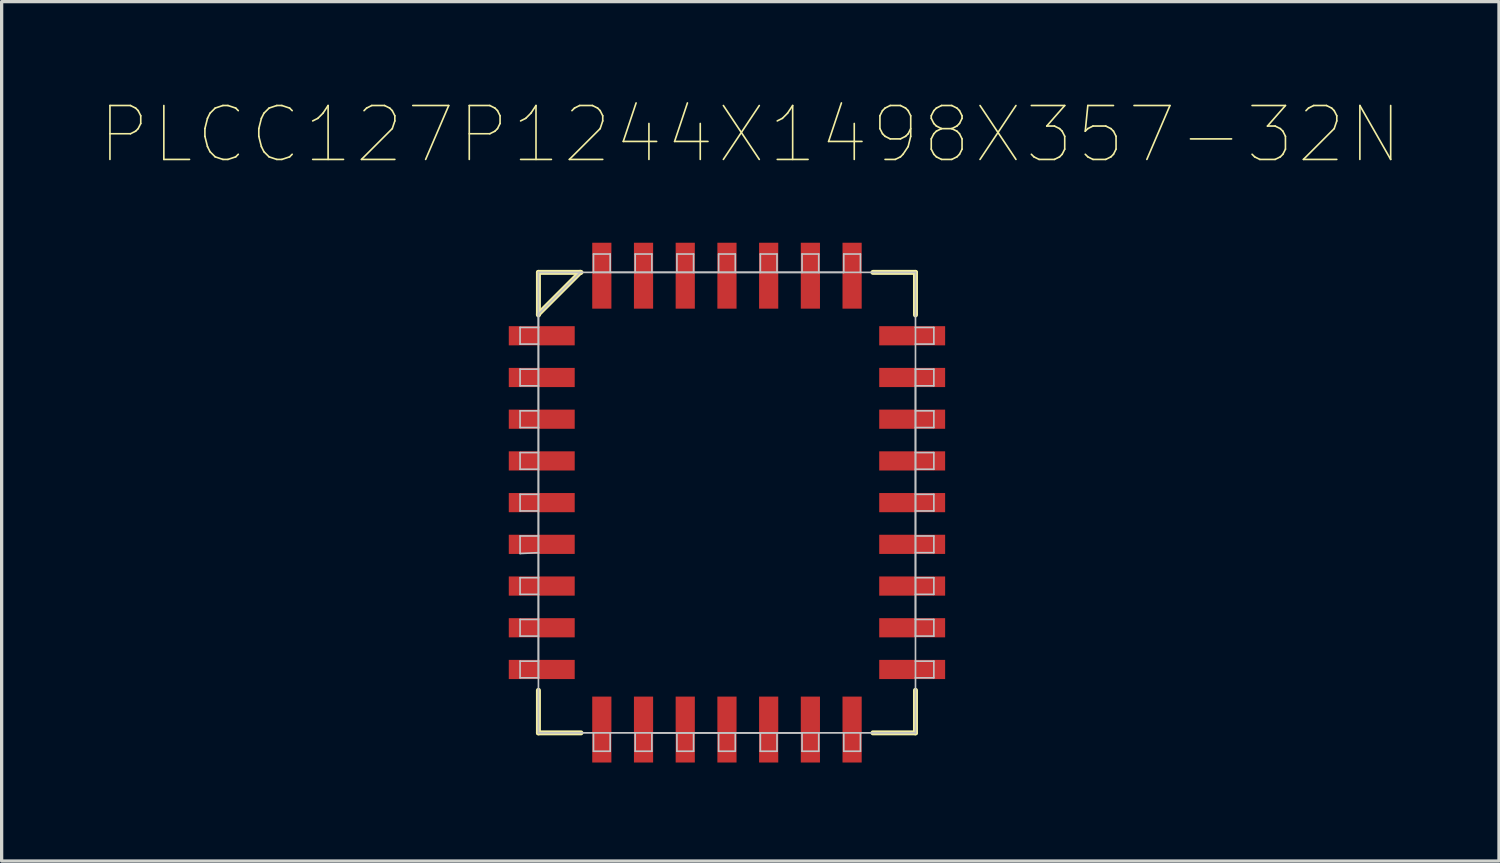
<source format=kicad_pcb>
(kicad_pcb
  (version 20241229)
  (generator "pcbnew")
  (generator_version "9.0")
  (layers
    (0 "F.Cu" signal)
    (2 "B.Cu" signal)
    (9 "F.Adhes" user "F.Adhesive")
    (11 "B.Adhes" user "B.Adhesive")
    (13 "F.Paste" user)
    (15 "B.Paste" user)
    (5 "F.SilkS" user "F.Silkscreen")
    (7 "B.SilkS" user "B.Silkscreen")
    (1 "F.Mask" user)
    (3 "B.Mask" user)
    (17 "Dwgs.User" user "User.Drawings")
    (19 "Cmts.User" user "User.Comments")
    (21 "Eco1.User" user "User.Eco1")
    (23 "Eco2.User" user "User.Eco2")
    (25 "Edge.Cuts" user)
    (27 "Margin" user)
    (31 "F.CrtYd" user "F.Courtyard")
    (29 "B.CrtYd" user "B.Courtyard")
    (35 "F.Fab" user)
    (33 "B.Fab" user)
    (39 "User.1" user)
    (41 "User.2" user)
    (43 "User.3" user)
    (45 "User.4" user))
  (footprint "PLCC127P1244X1498X357-32N"
    (layer "F.Cu")
    (at 19.083 12.253)
    (property "Reference" "PLCC127P1244X1498X357-32N" (at 0.711 -11.206 0) (layer "F.SilkS") (effects (font (size 1.641 1.641) (thickness 0.05))))
    (attr smd)
    (fp_line (start -5.74 -7.01) (end -5.74 -5.74) (stroke (width 0.152) (type solid)) (layer "F.SilkS"))
    (fp_line (start -5.74 -5.74) (end -5.74 -5.715) (stroke (width 0.152) (type solid)) (layer "F.SilkS"))
    (fp_line (start -5.74 -5.74) (end -4.47 -7.01) (stroke (width 0.152) (type solid)) (layer "F.SilkS"))
    (fp_line (start -5.74 5.715) (end -5.74 7.01) (stroke (width 0.152) (type solid)) (layer "F.SilkS"))
    (fp_line (start -5.74 7.01) (end -4.445 7.01) (stroke (width 0.152) (type solid)) (layer "F.SilkS"))
    (fp_line (start -4.47 -7.01) (end -5.74 -7.01) (stroke (width 0.152) (type solid)) (layer "F.SilkS"))
    (fp_line (start -4.445 -7.01) (end -4.47 -7.01) (stroke (width 0.152) (type solid)) (layer "F.SilkS"))
    (fp_line (start 4.445 7.01) (end 5.74 7.01) (stroke (width 0.152) (type solid)) (layer "F.SilkS"))
    (fp_line (start 5.74 -7.01) (end 4.445 -7.01) (stroke (width 0.152) (type solid)) (layer "F.SilkS"))
    (fp_line (start 5.74 -5.715) (end 5.74 -7.01) (stroke (width 0.152) (type solid)) (layer "F.SilkS"))
    (fp_line (start 5.74 7.01) (end 5.74 5.715) (stroke (width 0.152) (type solid)) (layer "F.SilkS"))
    (fp_line (start -6.299 -5.334) (end -6.299 -4.826) (stroke (width 0.051) (type solid)) (layer "Dwgs.User"))
    (fp_line (start -6.299 -4.826) (end -5.74 -4.826) (stroke (width 0.051) (type solid)) (layer "Dwgs.User"))
    (fp_line (start -6.299 -4.064) (end -6.299 -3.556) (stroke (width 0.051) (type solid)) (layer "Dwgs.User"))
    (fp_line (start -6.299 -3.556) (end -5.74 -3.556) (stroke (width 0.051) (type solid)) (layer "Dwgs.User"))
    (fp_line (start -6.299 -2.794) (end -6.299 -2.286) (stroke (width 0.051) (type solid)) (layer "Dwgs.User"))
    (fp_line (start -6.299 -2.286) (end -5.74 -2.286) (stroke (width 0.051) (type solid)) (layer "Dwgs.User"))
    (fp_line (start -6.299 -1.524) (end -6.299 -1.016) (stroke (width 0.051) (type solid)) (layer "Dwgs.User"))
    (fp_line (start -6.299 -1.016) (end -5.74 -1.016) (stroke (width 0.051) (type solid)) (layer "Dwgs.User"))
    (fp_line (start -6.299 -0.254) (end -6.299 0.254) (stroke (width 0.051) (type solid)) (layer "Dwgs.User"))
    (fp_line (start -6.299 0.254) (end -5.74 0.254) (stroke (width 0.051) (type solid)) (layer "Dwgs.User"))
    (fp_line (start -6.299 1.016) (end -6.299 1.549) (stroke (width 0.051) (type solid)) (layer "Dwgs.User"))
    (fp_line (start -6.299 1.549) (end -5.74 1.524) (stroke (width 0.051) (type solid)) (layer "Dwgs.User"))
    (fp_line (start -6.299 2.286) (end -6.299 2.794) (stroke (width 0.051) (type solid)) (layer "Dwgs.User"))
    (fp_line (start -6.299 2.794) (end -5.74 2.794) (stroke (width 0.051) (type solid)) (layer "Dwgs.User"))
    (fp_line (start -6.299 3.556) (end -6.299 4.064) (stroke (width 0.051) (type solid)) (layer "Dwgs.User"))
    (fp_line (start -6.299 4.064) (end -5.74 4.064) (stroke (width 0.051) (type solid)) (layer "Dwgs.User"))
    (fp_line (start -6.299 4.826) (end -6.299 5.334) (stroke (width 0.051) (type solid)) (layer "Dwgs.User"))
    (fp_line (start -6.299 5.334) (end -5.74 5.334) (stroke (width 0.051) (type solid)) (layer "Dwgs.User"))
    (fp_line (start -5.74 -7.01) (end -5.74 -5.74) (stroke (width 0.051) (type solid)) (layer "Dwgs.User"))
    (fp_line (start -5.74 -5.74) (end -5.74 -5.334) (stroke (width 0.051) (type solid)) (layer "Dwgs.User"))
    (fp_line (start -5.74 -5.74) (end -5.74 5.334) (stroke (width 0.051) (type solid)) (layer "Dwgs.User"))
    (fp_line (start -5.74 -5.74) (end -4.47 -7.01) (stroke (width 0.051) (type solid)) (layer "Dwgs.User"))
    (fp_line (start -5.74 -5.334) (end -6.299 -5.334) (stroke (width 0.051) (type solid)) (layer "Dwgs.User"))
    (fp_line (start -5.74 -4.826) (end -5.74 -5.334) (stroke (width 0.051) (type solid)) (layer "Dwgs.User"))
    (fp_line (start -5.74 -4.826) (end -5.74 -4.064) (stroke (width 0.051) (type solid)) (layer "Dwgs.User"))
    (fp_line (start -5.74 -4.064) (end -6.299 -4.064) (stroke (width 0.051) (type solid)) (layer "Dwgs.User"))
    (fp_line (start -5.74 -3.556) (end -5.74 -4.064) (stroke (width 0.051) (type solid)) (layer "Dwgs.User"))
    (fp_line (start -5.74 -3.556) (end -5.74 -2.794) (stroke (width 0.051) (type solid)) (layer "Dwgs.User"))
    (fp_line (start -5.74 -2.794) (end -6.299 -2.794) (stroke (width 0.051) (type solid)) (layer "Dwgs.User"))
    (fp_line (start -5.74 -2.286) (end -5.74 -2.794) (stroke (width 0.051) (type solid)) (layer "Dwgs.User"))
    (fp_line (start -5.74 -2.286) (end -5.74 -1.524) (stroke (width 0.051) (type solid)) (layer "Dwgs.User"))
    (fp_line (start -5.74 -1.524) (end -6.299 -1.524) (stroke (width 0.051) (type solid)) (layer "Dwgs.User"))
    (fp_line (start -5.74 -1.016) (end -5.74 -1.524) (stroke (width 0.051) (type solid)) (layer "Dwgs.User"))
    (fp_line (start -5.74 -1.016) (end -5.74 -0.254) (stroke (width 0.051) (type solid)) (layer "Dwgs.User"))
    (fp_line (start -5.74 -0.254) (end -6.299 -0.254) (stroke (width 0.051) (type solid)) (layer "Dwgs.User"))
    (fp_line (start -5.74 0.254) (end -5.74 -0.254) (stroke (width 0.051) (type solid)) (layer "Dwgs.User"))
    (fp_line (start -5.74 0.254) (end -5.74 1.016) (stroke (width 0.051) (type solid)) (layer "Dwgs.User"))
    (fp_line (start -5.74 1.016) (end -6.299 1.016) (stroke (width 0.051) (type solid)) (layer "Dwgs.User"))
    (fp_line (start -5.74 1.524) (end -5.74 1.016) (stroke (width 0.051) (type solid)) (layer "Dwgs.User"))
    (fp_line (start -5.74 1.524) (end -5.74 2.286) (stroke (width 0.051) (type solid)) (layer "Dwgs.User"))
    (fp_line (start -5.74 2.286) (end -6.299 2.286) (stroke (width 0.051) (type solid)) (layer "Dwgs.User"))
    (fp_line (start -5.74 2.794) (end -5.74 2.286) (stroke (width 0.051) (type solid)) (layer "Dwgs.User"))
    (fp_line (start -5.74 2.794) (end -5.74 3.556) (stroke (width 0.051) (type solid)) (layer "Dwgs.User"))
    (fp_line (start -5.74 3.556) (end -6.299 3.556) (stroke (width 0.051) (type solid)) (layer "Dwgs.User"))
    (fp_line (start -5.74 4.064) (end -5.74 3.556) (stroke (width 0.051) (type solid)) (layer "Dwgs.User"))
    (fp_line (start -5.74 4.064) (end -5.74 4.826) (stroke (width 0.051) (type solid)) (layer "Dwgs.User"))
    (fp_line (start -5.74 4.826) (end -6.299 4.826) (stroke (width 0.051) (type solid)) (layer "Dwgs.User"))
    (fp_line (start -5.74 5.334) (end -5.74 4.826) (stroke (width 0.051) (type solid)) (layer "Dwgs.User"))
    (fp_line (start -5.74 5.334) (end -5.74 7.01) (stroke (width 0.051) (type solid)) (layer "Dwgs.User"))
    (fp_line (start -5.74 7.01) (end -4.064 7.01) (stroke (width 0.051) (type solid)) (layer "Dwgs.User"))
    (fp_line (start -4.47 -7.01) (end -5.74 -7.01) (stroke (width 0.051) (type solid)) (layer "Dwgs.User"))
    (fp_line (start -4.064 -7.569) (end -4.064 -7.01) (stroke (width 0.051) (type solid)) (layer "Dwgs.User"))
    (fp_line (start -4.064 -7.01) (end -4.47 -7.01) (stroke (width 0.051) (type solid)) (layer "Dwgs.User"))
    (fp_line (start -4.064 -7.01) (end -3.556 -7.01) (stroke (width 0.051) (type solid)) (layer "Dwgs.User"))
    (fp_line (start -4.064 7.01) (end -4.064 7.569) (stroke (width 0.051) (type solid)) (layer "Dwgs.User"))
    (fp_line (start -4.064 7.569) (end -3.556 7.569) (stroke (width 0.051) (type solid)) (layer "Dwgs.User"))
    (fp_line (start -3.556 -7.569) (end -4.064 -7.569) (stroke (width 0.051) (type solid)) (layer "Dwgs.User"))
    (fp_line (start -3.556 -7.01) (end -3.556 -7.569) (stroke (width 0.051) (type solid)) (layer "Dwgs.User"))
    (fp_line (start -3.556 7.01) (end -4.064 7.01) (stroke (width 0.051) (type solid)) (layer "Dwgs.User"))
    (fp_line (start -3.556 7.01) (end -2.794 7.01) (stroke (width 0.051) (type solid)) (layer "Dwgs.User"))
    (fp_line (start -3.556 7.569) (end -3.556 7.01) (stroke (width 0.051) (type solid)) (layer "Dwgs.User"))
    (fp_line (start -2.794 -7.569) (end -2.794 -7.01) (stroke (width 0.051) (type solid)) (layer "Dwgs.User"))
    (fp_line (start -2.794 -7.01) (end -3.556 -7.01) (stroke (width 0.051) (type solid)) (layer "Dwgs.User"))
    (fp_line (start -2.794 -7.01) (end -2.286 -7.01) (stroke (width 0.051) (type solid)) (layer "Dwgs.User"))
    (fp_line (start -2.794 7.01) (end -2.794 7.569) (stroke (width 0.051) (type solid)) (layer "Dwgs.User"))
    (fp_line (start -2.794 7.569) (end -2.286 7.569) (stroke (width 0.051) (type solid)) (layer "Dwgs.User"))
    (fp_line (start -2.286 -7.569) (end -2.794 -7.569) (stroke (width 0.051) (type solid)) (layer "Dwgs.User"))
    (fp_line (start -2.286 -7.01) (end -2.286 -7.569) (stroke (width 0.051) (type solid)) (layer "Dwgs.User"))
    (fp_line (start -2.286 7.01) (end -2.794 7.01) (stroke (width 0.051) (type solid)) (layer "Dwgs.User"))
    (fp_line (start -2.286 7.01) (end -1.524 7.01) (stroke (width 0.051) (type solid)) (layer "Dwgs.User"))
    (fp_line (start -2.286 7.01) (end 2.286 7.01) (stroke (width 0.051) (type solid)) (layer "Dwgs.User"))
    (fp_line (start -2.286 7.569) (end -2.286 7.01) (stroke (width 0.051) (type solid)) (layer "Dwgs.User"))
    (fp_line (start -1.524 -7.569) (end -1.524 -7.01) (stroke (width 0.051) (type solid)) (layer "Dwgs.User"))
    (fp_line (start -1.524 -7.01) (end -2.286 -7.01) (stroke (width 0.051) (type solid)) (layer "Dwgs.User"))
    (fp_line (start -1.524 -7.01) (end -1.016 -7.01) (stroke (width 0.051) (type solid)) (layer "Dwgs.User"))
    (fp_line (start -1.524 7.01) (end -1.524 7.569) (stroke (width 0.051) (type solid)) (layer "Dwgs.User"))
    (fp_line (start -1.524 7.569) (end -1.016 7.569) (stroke (width 0.051) (type solid)) (layer "Dwgs.User"))
    (fp_line (start -1.016 -7.569) (end -1.524 -7.569) (stroke (width 0.051) (type solid)) (layer "Dwgs.User"))
    (fp_line (start -1.016 -7.01) (end -1.016 -7.569) (stroke (width 0.051) (type solid)) (layer "Dwgs.User"))
    (fp_line (start -1.016 7.01) (end -1.524 7.01) (stroke (width 0.051) (type solid)) (layer "Dwgs.User"))
    (fp_line (start -1.016 7.01) (end -0.254 7.01) (stroke (width 0.051) (type solid)) (layer "Dwgs.User"))
    (fp_line (start -1.016 7.569) (end -1.016 7.01) (stroke (width 0.051) (type solid)) (layer "Dwgs.User"))
    (fp_line (start -0.254 -7.569) (end -0.254 -7.01) (stroke (width 0.051) (type solid)) (layer "Dwgs.User"))
    (fp_line (start -0.254 -7.01) (end -1.016 -7.01) (stroke (width 0.051) (type solid)) (layer "Dwgs.User"))
    (fp_line (start -0.254 -7.01) (end 0.254 -7.01) (stroke (width 0.051) (type solid)) (layer "Dwgs.User"))
    (fp_line (start -0.254 7.01) (end -0.254 7.569) (stroke (width 0.051) (type solid)) (layer "Dwgs.User"))
    (fp_line (start -0.254 7.569) (end 0.254 7.569) (stroke (width 0.051) (type solid)) (layer "Dwgs.User"))
    (fp_line (start 0.254 -7.569) (end -0.254 -7.569) (stroke (width 0.051) (type solid)) (layer "Dwgs.User"))
    (fp_line (start 0.254 -7.01) (end 0.254 -7.569) (stroke (width 0.051) (type solid)) (layer "Dwgs.User"))
    (fp_line (start 0.254 7.01) (end -0.254 7.01) (stroke (width 0.051) (type solid)) (layer "Dwgs.User"))
    (fp_line (start 0.254 7.01) (end 1.016 7.01) (stroke (width 0.051) (type solid)) (layer "Dwgs.User"))
    (fp_line (start 0.254 7.569) (end 0.254 7.01) (stroke (width 0.051) (type solid)) (layer "Dwgs.User"))
    (fp_line (start 1.016 -7.569) (end 1.016 -7.01) (stroke (width 0.051) (type solid)) (layer "Dwgs.User"))
    (fp_line (start 1.016 -7.01) (end 0.254 -7.01) (stroke (width 0.051) (type solid)) (layer "Dwgs.User"))
    (fp_line (start 1.016 -7.01) (end 1.524 -7.01) (stroke (width 0.051) (type solid)) (layer "Dwgs.User"))
    (fp_line (start 1.016 7.01) (end 1.016 7.569) (stroke (width 0.051) (type solid)) (layer "Dwgs.User"))
    (fp_line (start 1.016 7.569) (end 1.524 7.569) (stroke (width 0.051) (type solid)) (layer "Dwgs.User"))
    (fp_line (start 1.524 -7.569) (end 1.016 -7.569) (stroke (width 0.051) (type solid)) (layer "Dwgs.User"))
    (fp_line (start 1.524 -7.01) (end 1.524 -7.569) (stroke (width 0.051) (type solid)) (layer "Dwgs.User"))
    (fp_line (start 1.524 7.01) (end 1.016 7.01) (stroke (width 0.051) (type solid)) (layer "Dwgs.User"))
    (fp_line (start 1.524 7.01) (end 2.286 7.01) (stroke (width 0.051) (type solid)) (layer "Dwgs.User"))
    (fp_line (start 1.524 7.569) (end 1.524 7.01) (stroke (width 0.051) (type solid)) (layer "Dwgs.User"))
    (fp_line (start 2.286 -7.569) (end 2.286 -7.01) (stroke (width 0.051) (type solid)) (layer "Dwgs.User"))
    (fp_line (start 2.286 -7.01) (end 1.524 -7.01) (stroke (width 0.051) (type solid)) (layer "Dwgs.User"))
    (fp_line (start 2.286 -7.01) (end 2.794 -7.01) (stroke (width 0.051) (type solid)) (layer "Dwgs.User"))
    (fp_line (start 2.286 7.01) (end 2.286 7.569) (stroke (width 0.051) (type solid)) (layer "Dwgs.User"))
    (fp_line (start 2.286 7.569) (end 2.794 7.569) (stroke (width 0.051) (type solid)) (layer "Dwgs.User"))
    (fp_line (start 2.794 -7.569) (end 2.286 -7.569) (stroke (width 0.051) (type solid)) (layer "Dwgs.User"))
    (fp_line (start 2.794 -7.01) (end 2.794 -7.569) (stroke (width 0.051) (type solid)) (layer "Dwgs.User"))
    (fp_line (start 2.794 7.01) (end 2.286 7.01) (stroke (width 0.051) (type solid)) (layer "Dwgs.User"))
    (fp_line (start 2.794 7.01) (end 3.556 7.01) (stroke (width 0.051) (type solid)) (layer "Dwgs.User"))
    (fp_line (start 2.794 7.569) (end 2.794 7.01) (stroke (width 0.051) (type solid)) (layer "Dwgs.User"))
    (fp_line (start 3.556 -7.569) (end 3.556 -7.01) (stroke (width 0.051) (type solid)) (layer "Dwgs.User"))
    (fp_line (start 3.556 -7.01) (end -4.064 -7.01) (stroke (width 0.051) (type solid)) (layer "Dwgs.User"))
    (fp_line (start 3.556 -7.01) (end 2.794 -7.01) (stroke (width 0.051) (type solid)) (layer "Dwgs.User"))
    (fp_line (start 3.556 -7.01) (end 4.064 -7.01) (stroke (width 0.051) (type solid)) (layer "Dwgs.User"))
    (fp_line (start 3.556 7.01) (end 3.556 7.569) (stroke (width 0.051) (type solid)) (layer "Dwgs.User"))
    (fp_line (start 3.556 7.569) (end 4.064 7.569) (stroke (width 0.051) (type solid)) (layer "Dwgs.User"))
    (fp_line (start 4.064 -7.569) (end 3.556 -7.569) (stroke (width 0.051) (type solid)) (layer "Dwgs.User"))
    (fp_line (start 4.064 -7.01) (end 4.064 -7.569) (stroke (width 0.051) (type solid)) (layer "Dwgs.User"))
    (fp_line (start 4.064 7.01) (end 3.556 7.01) (stroke (width 0.051) (type solid)) (layer "Dwgs.User"))
    (fp_line (start 4.064 7.01) (end 5.74 7.01) (stroke (width 0.051) (type solid)) (layer "Dwgs.User"))
    (fp_line (start 4.064 7.569) (end 4.064 7.01) (stroke (width 0.051) (type solid)) (layer "Dwgs.User"))
    (fp_line (start 5.74 -7.01) (end 4.064 -7.01) (stroke (width 0.051) (type solid)) (layer "Dwgs.User"))
    (fp_line (start 5.74 -5.334) (end 5.74 -7.01) (stroke (width 0.051) (type solid)) (layer "Dwgs.User"))
    (fp_line (start 5.74 -5.334) (end 5.74 -4.826) (stroke (width 0.051) (type solid)) (layer "Dwgs.User"))
    (fp_line (start 5.74 -4.826) (end 6.299 -4.826) (stroke (width 0.051) (type solid)) (layer "Dwgs.User"))
    (fp_line (start 5.74 -4.064) (end 5.74 -4.826) (stroke (width 0.051) (type solid)) (layer "Dwgs.User"))
    (fp_line (start 5.74 -4.064) (end 5.74 -3.556) (stroke (width 0.051) (type solid)) (layer "Dwgs.User"))
    (fp_line (start 5.74 -3.556) (end 6.299 -3.556) (stroke (width 0.051) (type solid)) (layer "Dwgs.User"))
    (fp_line (start 5.74 -2.794) (end 5.74 -3.556) (stroke (width 0.051) (type solid)) (layer "Dwgs.User"))
    (fp_line (start 5.74 -2.794) (end 5.74 -2.286) (stroke (width 0.051) (type solid)) (layer "Dwgs.User"))
    (fp_line (start 5.74 -2.286) (end 6.299 -2.286) (stroke (width 0.051) (type solid)) (layer "Dwgs.User"))
    (fp_line (start 5.74 -1.524) (end 5.74 -2.286) (stroke (width 0.051) (type solid)) (layer "Dwgs.User"))
    (fp_line (start 5.74 -1.524) (end 5.74 -1.016) (stroke (width 0.051) (type solid)) (layer "Dwgs.User"))
    (fp_line (start 5.74 -1.016) (end 6.299 -1.016) (stroke (width 0.051) (type solid)) (layer "Dwgs.User"))
    (fp_line (start 5.74 -0.254) (end 5.74 -1.016) (stroke (width 0.051) (type solid)) (layer "Dwgs.User"))
    (fp_line (start 5.74 -0.254) (end 5.74 0.254) (stroke (width 0.051) (type solid)) (layer "Dwgs.User"))
    (fp_line (start 5.74 0.254) (end 6.299 0.254) (stroke (width 0.051) (type solid)) (layer "Dwgs.User"))
    (fp_line (start 5.74 1.016) (end 5.74 0.254) (stroke (width 0.051) (type solid)) (layer "Dwgs.User"))
    (fp_line (start 5.74 1.016) (end 5.74 1.524) (stroke (width 0.051) (type solid)) (layer "Dwgs.User"))
    (fp_line (start 5.74 1.524) (end 6.299 1.524) (stroke (width 0.051) (type solid)) (layer "Dwgs.User"))
    (fp_line (start 5.74 2.286) (end 5.74 1.524) (stroke (width 0.051) (type solid)) (layer "Dwgs.User"))
    (fp_line (start 5.74 2.286) (end 5.74 2.794) (stroke (width 0.051) (type solid)) (layer "Dwgs.User"))
    (fp_line (start 5.74 2.794) (end 6.299 2.794) (stroke (width 0.051) (type solid)) (layer "Dwgs.User"))
    (fp_line (start 5.74 3.556) (end 5.74 2.794) (stroke (width 0.051) (type solid)) (layer "Dwgs.User"))
    (fp_line (start 5.74 3.556) (end 5.74 4.064) (stroke (width 0.051) (type solid)) (layer "Dwgs.User"))
    (fp_line (start 5.74 4.064) (end 5.74 -4.064) (stroke (width 0.051) (type solid)) (layer "Dwgs.User"))
    (fp_line (start 5.74 4.064) (end 6.299 4.064) (stroke (width 0.051) (type solid)) (layer "Dwgs.User"))
    (fp_line (start 5.74 4.826) (end 5.74 4.064) (stroke (width 0.051) (type solid)) (layer "Dwgs.User"))
    (fp_line (start 5.74 4.826) (end 5.74 5.334) (stroke (width 0.051) (type solid)) (layer "Dwgs.User"))
    (fp_line (start 5.74 5.334) (end 6.299 5.334) (stroke (width 0.051) (type solid)) (layer "Dwgs.User"))
    (fp_line (start 5.74 7.01) (end 5.74 5.334) (stroke (width 0.051) (type solid)) (layer "Dwgs.User"))
    (fp_line (start 6.299 -5.334) (end 5.74 -5.334) (stroke (width 0.051) (type solid)) (layer "Dwgs.User"))
    (fp_line (start 6.299 -4.826) (end 6.299 -5.334) (stroke (width 0.051) (type solid)) (layer "Dwgs.User"))
    (fp_line (start 6.299 -4.064) (end 5.74 -4.064) (stroke (width 0.051) (type solid)) (layer "Dwgs.User"))
    (fp_line (start 6.299 -3.556) (end 6.299 -4.064) (stroke (width 0.051) (type solid)) (layer "Dwgs.User"))
    (fp_line (start 6.299 -2.794) (end 5.74 -2.794) (stroke (width 0.051) (type solid)) (layer "Dwgs.User"))
    (fp_line (start 6.299 -2.286) (end 6.299 -2.794) (stroke (width 0.051) (type solid)) (layer "Dwgs.User"))
    (fp_line (start 6.299 -1.524) (end 5.74 -1.524) (stroke (width 0.051) (type solid)) (layer "Dwgs.User"))
    (fp_line (start 6.299 -1.016) (end 6.299 -1.524) (stroke (width 0.051) (type solid)) (layer "Dwgs.User"))
    (fp_line (start 6.299 -0.254) (end 5.74 -0.254) (stroke (width 0.051) (type solid)) (layer "Dwgs.User"))
    (fp_line (start 6.299 0.254) (end 6.299 -0.254) (stroke (width 0.051) (type solid)) (layer "Dwgs.User"))
    (fp_line (start 6.299 1.016) (end 5.74 1.016) (stroke (width 0.051) (type solid)) (layer "Dwgs.User"))
    (fp_line (start 6.299 1.524) (end 6.299 1.016) (stroke (width 0.051) (type solid)) (layer "Dwgs.User"))
    (fp_line (start 6.299 2.286) (end 5.74 2.286) (stroke (width 0.051) (type solid)) (layer "Dwgs.User"))
    (fp_line (start 6.299 2.794) (end 6.299 2.286) (stroke (width 0.051) (type solid)) (layer "Dwgs.User"))
    (fp_line (start 6.299 3.556) (end 5.74 3.556) (stroke (width 0.051) (type solid)) (layer "Dwgs.User"))
    (fp_line (start 6.299 4.064) (end 6.299 3.556) (stroke (width 0.051) (type solid)) (layer "Dwgs.User"))
    (fp_line (start 6.299 4.826) (end 5.74 4.826) (stroke (width 0.051) (type solid)) (layer "Dwgs.User"))
    (fp_line (start 6.299 5.334) (end 6.299 4.826) (stroke (width 0.051) (type solid)) (layer "Dwgs.User"))
    (pad "1" smd rect (at 0 -6.909 180) (size 0.584 2.007) (layers "F.Cu" "F.Mask" "F.Paste"))
    (pad "2" smd rect (at -1.27 -6.909 180) (size 0.584 2.007) (layers "F.Cu" "F.Mask" "F.Paste"))
    (pad "3" smd rect (at -2.54 -6.909 180) (size 0.584 2.007) (layers "F.Cu" "F.Mask" "F.Paste"))
    (pad "4" smd rect (at -3.81 -6.909 180) (size 0.584 2.007) (layers "F.Cu" "F.Mask" "F.Paste"))
    (pad "5" smd rect (at -5.639 -5.08 270) (size 0.584 2.007) (layers "F.Cu" "F.Mask" "F.Paste"))
    (pad "6" smd rect (at -5.639 -3.81 270) (size 0.584 2.007) (layers "F.Cu" "F.Mask" "F.Paste"))
    (pad "7" smd rect (at -5.639 -2.54 270) (size 0.584 2.007) (layers "F.Cu" "F.Mask" "F.Paste"))
    (pad "8" smd rect (at -5.639 -1.27 270) (size 0.584 2.007) (layers "F.Cu" "F.Mask" "F.Paste"))
    (pad "9" smd rect (at -5.639 0 270) (size 0.584 2.007) (layers "F.Cu" "F.Mask" "F.Paste"))
    (pad "10" smd rect (at -5.639 1.27 270) (size 0.584 2.007) (layers "F.Cu" "F.Mask" "F.Paste"))
    (pad "11" smd rect (at -5.639 2.54 270) (size 0.584 2.007) (layers "F.Cu" "F.Mask" "F.Paste"))
    (pad "12" smd rect (at -5.639 3.81 270) (size 0.584 2.007) (layers "F.Cu" "F.Mask" "F.Paste"))
    (pad "13" smd rect (at -5.639 5.08 270) (size 0.584 2.007) (layers "F.Cu" "F.Mask" "F.Paste"))
    (pad "14" smd rect (at -3.81 6.909 180) (size 0.584 2.007) (layers "F.Cu" "F.Mask" "F.Paste"))
    (pad "15" smd rect (at -2.54 6.909 180) (size 0.584 2.007) (layers "F.Cu" "F.Mask" "F.Paste"))
    (pad "16" smd rect (at -1.27 6.909 180) (size 0.584 2.007) (layers "F.Cu" "F.Mask" "F.Paste"))
    (pad "17" smd rect (at 0 6.909 180) (size 0.584 2.007) (layers "F.Cu" "F.Mask" "F.Paste"))
    (pad "18" smd rect (at 1.27 6.909 180) (size 0.584 2.007) (layers "F.Cu" "F.Mask" "F.Paste"))
    (pad "19" smd rect (at 2.54 6.909 180) (size 0.584 2.007) (layers "F.Cu" "F.Mask" "F.Paste"))
    (pad "20" smd rect (at 3.81 6.909 180) (size 0.584 2.007) (layers "F.Cu" "F.Mask" "F.Paste"))
    (pad "21" smd rect (at 5.639 5.08 270) (size 0.584 2.007) (layers "F.Cu" "F.Mask" "F.Paste"))
    (pad "22" smd rect (at 5.639 3.81 270) (size 0.584 2.007) (layers "F.Cu" "F.Mask" "F.Paste"))
    (pad "23" smd rect (at 5.639 2.54 270) (size 0.584 2.007) (layers "F.Cu" "F.Mask" "F.Paste"))
    (pad "24" smd rect (at 5.639 1.27 270) (size 0.584 2.007) (layers "F.Cu" "F.Mask" "F.Paste"))
    (pad "25" smd rect (at 5.639 0 270) (size 0.584 2.007) (layers "F.Cu" "F.Mask" "F.Paste"))
    (pad "26" smd rect (at 5.639 -1.27 270) (size 0.584 2.007) (layers "F.Cu" "F.Mask" "F.Paste"))
    (pad "27" smd rect (at 5.639 -2.54 270) (size 0.584 2.007) (layers "F.Cu" "F.Mask" "F.Paste"))
    (pad "28" smd rect (at 5.639 -3.81 270) (size 0.584 2.007) (layers "F.Cu" "F.Mask" "F.Paste"))
    (pad "29" smd rect (at 5.639 -5.08 270) (size 0.584 2.007) (layers "F.Cu" "F.Mask" "F.Paste"))
    (pad "30" smd rect (at 3.81 -6.909 180) (size 0.584 2.007) (layers "F.Cu" "F.Mask" "F.Paste"))
    (pad "31" smd rect (at 2.54 -6.909 180) (size 0.584 2.007) (layers "F.Cu" "F.Mask" "F.Paste"))
    (pad "32" smd rect (at 1.27 -6.909 180) (size 0.584 2.007) (layers "F.Cu" "F.Mask" "F.Paste")))
  (gr_rect
    (start -3 -3)
    (end 42.588 23.165)
    (stroke (width 0.1) (type default))
    (fill no)
    (layer "Edge.Cuts")))
</source>
